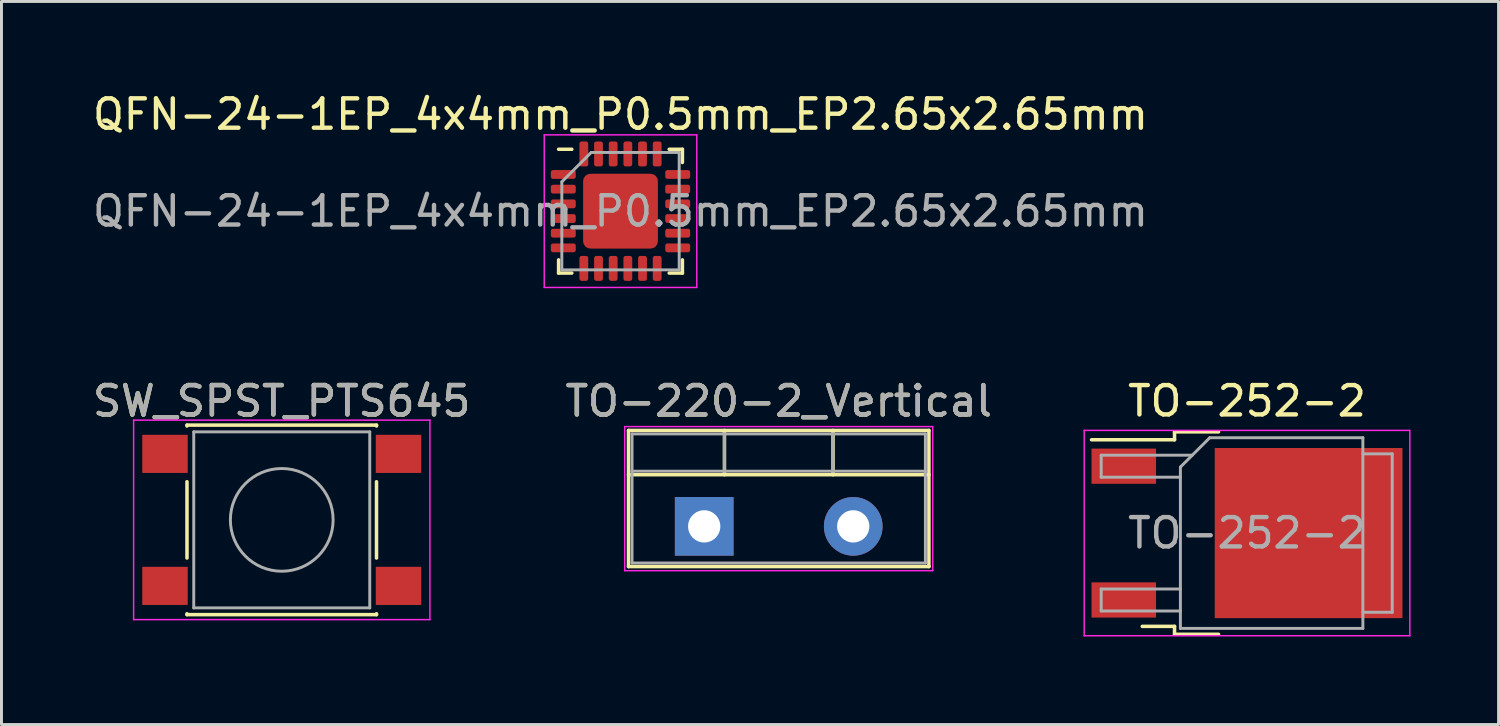
<source format=kicad_pcb>
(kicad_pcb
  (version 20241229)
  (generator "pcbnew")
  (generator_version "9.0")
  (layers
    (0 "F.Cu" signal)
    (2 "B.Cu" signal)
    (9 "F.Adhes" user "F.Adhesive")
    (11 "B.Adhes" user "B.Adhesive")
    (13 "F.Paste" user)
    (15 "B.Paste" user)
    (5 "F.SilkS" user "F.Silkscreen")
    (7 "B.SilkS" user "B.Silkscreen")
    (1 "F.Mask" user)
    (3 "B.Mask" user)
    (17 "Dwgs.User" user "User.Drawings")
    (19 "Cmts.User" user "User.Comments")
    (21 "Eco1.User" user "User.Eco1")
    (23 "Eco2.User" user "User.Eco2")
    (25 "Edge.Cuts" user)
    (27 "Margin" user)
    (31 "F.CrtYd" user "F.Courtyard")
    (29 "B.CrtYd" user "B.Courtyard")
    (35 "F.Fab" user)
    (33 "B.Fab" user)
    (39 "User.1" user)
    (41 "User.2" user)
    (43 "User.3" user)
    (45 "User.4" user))
  (footprint "QFN-24-1EP_4x4mm_P0.5mm_EP2.65x2.65mm"
    (layer "F.Cu")
    (at 18.101 4.148)
    (property "Reference" "QFN-24-1EP_4x4mm_P0.5mm_EP2.65x2.65mm" (at 0 -3.3 0) (layer "F.SilkS") (effects (font (size 1 1) (thickness 0.15))))
    (attr smd)
    (fp_line (start -2.11 2.11) (end -2.11 1.66) (stroke (width 0.12) (type solid)) (layer "F.SilkS"))
    (fp_line (start -1.66 -2.11) (end -2.11 -2.11) (stroke (width 0.12) (type solid)) (layer "F.SilkS"))
    (fp_line (start -1.66 2.11) (end -2.11 2.11) (stroke (width 0.12) (type solid)) (layer "F.SilkS"))
    (fp_line (start 1.66 -2.11) (end 2.11 -2.11) (stroke (width 0.12) (type solid)) (layer "F.SilkS"))
    (fp_line (start 1.66 2.11) (end 2.11 2.11) (stroke (width 0.12) (type solid)) (layer "F.SilkS"))
    (fp_line (start 2.11 -2.11) (end 2.11 -1.66) (stroke (width 0.12) (type solid)) (layer "F.SilkS"))
    (fp_line (start 2.11 2.11) (end 2.11 1.66) (stroke (width 0.12) (type solid)) (layer "F.SilkS"))
    (fp_line (start -2.6 -2.6) (end -2.6 2.6) (stroke (width 0.05) (type solid)) (layer "F.CrtYd"))
    (fp_line (start -2.6 2.6) (end 2.6 2.6) (stroke (width 0.05) (type solid)) (layer "F.CrtYd"))
    (fp_line (start 2.6 -2.6) (end -2.6 -2.6) (stroke (width 0.05) (type solid)) (layer "F.CrtYd"))
    (fp_line (start 2.6 2.6) (end 2.6 -2.6) (stroke (width 0.05) (type solid)) (layer "F.CrtYd"))
    (fp_line (start -2 -1) (end -1 -2) (stroke (width 0.1) (type solid)) (layer "F.Fab"))
    (fp_line (start -2 2) (end -2 -1) (stroke (width 0.1) (type solid)) (layer "F.Fab"))
    (fp_line (start -1 -2) (end 2 -2) (stroke (width 0.1) (type solid)) (layer "F.Fab"))
    (fp_line (start 2 -2) (end 2 2) (stroke (width 0.1) (type solid)) (layer "F.Fab"))
    (fp_line (start 2 2) (end -2 2) (stroke (width 0.1) (type solid)) (layer "F.Fab"))
    (fp_text user "${REFERENCE}" (at 0 0 0) (layer "F.Fab") (effects (font (size 1 1) (thickness 0.15))))
    (pad "" smd roundrect (at -0.66 -0.66) (size 1.07 1.07) (layers "F.Paste") (roundrect_rratio 0.234))
    (pad "" smd roundrect (at -0.66 0.66) (size 1.07 1.07) (layers "F.Paste") (roundrect_rratio 0.234))
    (pad "" smd roundrect (at 0.66 -0.66) (size 1.07 1.07) (layers "F.Paste") (roundrect_rratio 0.234))
    (pad "" smd roundrect (at 0.66 0.66) (size 1.07 1.07) (layers "F.Paste") (roundrect_rratio 0.234))
    (pad "1" smd roundrect (at -1.95 -1.25) (size 0.85 0.3) (layers "F.Cu" "F.Mask" "F.Paste") (roundrect_rratio 0.25))
    (pad "2" smd roundrect (at -1.95 -0.75) (size 0.85 0.3) (layers "F.Cu" "F.Mask" "F.Paste") (roundrect_rratio 0.25))
    (pad "3" smd roundrect (at -1.95 -0.25) (size 0.85 0.3) (layers "F.Cu" "F.Mask" "F.Paste") (roundrect_rratio 0.25))
    (pad "4" smd roundrect (at -1.95 0.25) (size 0.85 0.3) (layers "F.Cu" "F.Mask" "F.Paste") (roundrect_rratio 0.25))
    (pad "5" smd roundrect (at -1.95 0.75) (size 0.85 0.3) (layers "F.Cu" "F.Mask" "F.Paste") (roundrect_rratio 0.25))
    (pad "6" smd roundrect (at -1.95 1.25) (size 0.85 0.3) (layers "F.Cu" "F.Mask" "F.Paste") (roundrect_rratio 0.25))
    (pad "7" smd roundrect (at -1.25 1.95) (size 0.3 0.85) (layers "F.Cu" "F.Mask" "F.Paste") (roundrect_rratio 0.25))
    (pad "8" smd roundrect (at -0.75 1.95) (size 0.3 0.85) (layers "F.Cu" "F.Mask" "F.Paste") (roundrect_rratio 0.25))
    (pad "9" smd roundrect (at -0.25 1.95) (size 0.3 0.85) (layers "F.Cu" "F.Mask" "F.Paste") (roundrect_rratio 0.25))
    (pad "10" smd roundrect (at 0.25 1.95) (size 0.3 0.85) (layers "F.Cu" "F.Mask" "F.Paste") (roundrect_rratio 0.25))
    (pad "11" smd roundrect (at 0.75 1.95) (size 0.3 0.85) (layers "F.Cu" "F.Mask" "F.Paste") (roundrect_rratio 0.25))
    (pad "12" smd roundrect (at 1.25 1.95) (size 0.3 0.85) (layers "F.Cu" "F.Mask" "F.Paste") (roundrect_rratio 0.25))
    (pad "13" smd roundrect (at 1.95 1.25) (size 0.85 0.3) (layers "F.Cu" "F.Mask" "F.Paste") (roundrect_rratio 0.25))
    (pad "14" smd roundrect (at 1.95 0.75) (size 0.85 0.3) (layers "F.Cu" "F.Mask" "F.Paste") (roundrect_rratio 0.25))
    (pad "15" smd roundrect (at 1.95 0.25) (size 0.85 0.3) (layers "F.Cu" "F.Mask" "F.Paste") (roundrect_rratio 0.25))
    (pad "16" smd roundrect (at 1.95 -0.25) (size 0.85 0.3) (layers "F.Cu" "F.Mask" "F.Paste") (roundrect_rratio 0.25))
    (pad "17" smd roundrect (at 1.95 -0.75) (size 0.85 0.3) (layers "F.Cu" "F.Mask" "F.Paste") (roundrect_rratio 0.25))
    (pad "18" smd roundrect (at 1.95 -1.25) (size 0.85 0.3) (layers "F.Cu" "F.Mask" "F.Paste") (roundrect_rratio 0.25))
    (pad "19" smd roundrect (at 1.25 -1.95) (size 0.3 0.85) (layers "F.Cu" "F.Mask" "F.Paste") (roundrect_rratio 0.25))
    (pad "20" smd roundrect (at 0.75 -1.95) (size 0.3 0.85) (layers "F.Cu" "F.Mask" "F.Paste") (roundrect_rratio 0.25))
    (pad "21" smd roundrect (at 0.25 -1.95) (size 0.3 0.85) (layers "F.Cu" "F.Mask" "F.Paste") (roundrect_rratio 0.25))
    (pad "22" smd roundrect (at -0.25 -1.95) (size 0.3 0.85) (layers "F.Cu" "F.Mask" "F.Paste") (roundrect_rratio 0.25))
    (pad "23" smd roundrect (at -0.75 -1.95) (size 0.3 0.85) (layers "F.Cu" "F.Mask" "F.Paste") (roundrect_rratio 0.25))
    (pad "24" smd roundrect (at -1.25 -1.95) (size 0.3 0.85) (layers "F.Cu" "F.Mask" "F.Paste") (roundrect_rratio 0.25))
    (pad "25" smd roundrect (at 0 0) (size 2.55 2.55) (layers "F.Cu" "F.Mask") (roundrect_rratio 0.098)))
  (footprint "TO-220-2_Vertical"
    (layer "F.Cu")
    (at 20.954 14.892)
    (property "Reference" "TO-220-2_Vertical" (at 2.54 -4.27 0) (layer "F.SilkS") (effects (font (size 1 1) (thickness 0.15))))
    (attr through_hole)
    (fp_line (start -2.58 -3.27) (end -2.58 1.371) (stroke (width 0.12) (type solid)) (layer "F.SilkS"))
    (fp_line (start -2.58 -3.27) (end 7.66 -3.27) (stroke (width 0.12) (type solid)) (layer "F.SilkS"))
    (fp_line (start -2.58 -1.76) (end 7.66 -1.76) (stroke (width 0.12) (type solid)) (layer "F.SilkS"))
    (fp_line (start -2.58 1.371) (end 7.66 1.371) (stroke (width 0.12) (type solid)) (layer "F.SilkS"))
    (fp_line (start 0.69 -3.27) (end 0.69 -1.76) (stroke (width 0.12) (type solid)) (layer "F.SilkS"))
    (fp_line (start 4.391 -3.27) (end 4.391 -1.76) (stroke (width 0.12) (type solid)) (layer "F.SilkS"))
    (fp_line (start 7.66 -3.27) (end 7.66 1.371) (stroke (width 0.12) (type solid)) (layer "F.SilkS"))
    (fp_line (start -2.71 -3.4) (end -2.71 1.51) (stroke (width 0.05) (type solid)) (layer "F.CrtYd"))
    (fp_line (start -2.71 1.51) (end 7.79 1.51) (stroke (width 0.05) (type solid)) (layer "F.CrtYd"))
    (fp_line (start 7.79 -3.4) (end -2.71 -3.4) (stroke (width 0.05) (type solid)) (layer "F.CrtYd"))
    (fp_line (start 7.79 1.51) (end 7.79 -3.4) (stroke (width 0.05) (type solid)) (layer "F.CrtYd"))
    (fp_line (start -2.46 -3.15) (end -2.46 1.25) (stroke (width 0.1) (type solid)) (layer "F.Fab"))
    (fp_line (start -2.46 -1.88) (end 7.54 -1.88) (stroke (width 0.1) (type solid)) (layer "F.Fab"))
    (fp_line (start -2.46 1.25) (end 7.54 1.25) (stroke (width 0.1) (type solid)) (layer "F.Fab"))
    (fp_line (start 0.69 -3.15) (end 0.69 -1.88) (stroke (width 0.1) (type solid)) (layer "F.Fab"))
    (fp_line (start 4.39 -3.15) (end 4.39 -1.88) (stroke (width 0.1) (type solid)) (layer "F.Fab"))
    (fp_line (start 7.54 -3.15) (end -2.46 -3.15) (stroke (width 0.1) (type solid)) (layer "F.Fab"))
    (fp_line (start 7.54 1.25) (end 7.54 -3.15) (stroke (width 0.1) (type solid)) (layer "F.Fab"))
    (fp_text user "${REFERENCE}" (at 2.54 -4.27 0) (layer "F.Fab") (effects (font (size 1 1) (thickness 0.15))))
    (pad "1" thru_hole rect (at 0 0) (size 2 2) (drill 1.1) (layers "*.Cu" "*.Mask"))
    (pad "2" thru_hole oval (at 5.08 0) (size 2 2) (drill 1.1) (layers "*.Cu" "*.Mask")))
  (footprint "TO-252-2"
    (layer "F.Cu")
    (at 39.456 15.121)
    (property "Reference" "TO-252-2" (at 0 -4.5 0) (layer "F.SilkS") (effects (font (size 1 1) (thickness 0.15))))
    (attr smd)
    (fp_line (start -2.47 -3.45) (end -2.47 -3.18) (stroke (width 0.12) (type solid)) (layer "F.SilkS"))
    (fp_line (start -2.47 -3.18) (end -5.3 -3.18) (stroke (width 0.12) (type solid)) (layer "F.SilkS"))
    (fp_line (start -2.47 3.18) (end -3.57 3.18) (stroke (width 0.12) (type solid)) (layer "F.SilkS"))
    (fp_line (start -2.47 3.45) (end -2.47 3.18) (stroke (width 0.12) (type solid)) (layer "F.SilkS"))
    (fp_line (start -0.97 -3.45) (end -2.47 -3.45) (stroke (width 0.12) (type solid)) (layer "F.SilkS"))
    (fp_line (start -0.97 3.45) (end -2.47 3.45) (stroke (width 0.12) (type solid)) (layer "F.SilkS"))
    (fp_line (start -5.55 -3.5) (end -5.55 3.5) (stroke (width 0.05) (type solid)) (layer "F.CrtYd"))
    (fp_line (start -5.55 3.5) (end 5.55 3.5) (stroke (width 0.05) (type solid)) (layer "F.CrtYd"))
    (fp_line (start 5.55 -3.5) (end -5.55 -3.5) (stroke (width 0.05) (type solid)) (layer "F.CrtYd"))
    (fp_line (start 5.55 3.5) (end 5.55 -3.5) (stroke (width 0.05) (type solid)) (layer "F.CrtYd"))
    (fp_line (start -4.97 -2.655) (end -4.97 -1.905) (stroke (width 0.1) (type solid)) (layer "F.Fab"))
    (fp_line (start -4.97 -1.905) (end -2.27 -1.905) (stroke (width 0.1) (type solid)) (layer "F.Fab"))
    (fp_line (start -4.97 1.905) (end -4.97 2.655) (stroke (width 0.1) (type solid)) (layer "F.Fab"))
    (fp_line (start -4.97 2.655) (end -2.27 2.655) (stroke (width 0.1) (type solid)) (layer "F.Fab"))
    (fp_line (start -2.27 -2.25) (end -1.27 -3.25) (stroke (width 0.1) (type solid)) (layer "F.Fab"))
    (fp_line (start -2.27 1.905) (end -4.97 1.905) (stroke (width 0.1) (type solid)) (layer "F.Fab"))
    (fp_line (start -2.27 3.25) (end -2.27 -2.25) (stroke (width 0.1) (type solid)) (layer "F.Fab"))
    (fp_line (start -1.865 -2.655) (end -4.97 -2.655) (stroke (width 0.1) (type solid)) (layer "F.Fab"))
    (fp_line (start -1.27 -3.25) (end 3.95 -3.25) (stroke (width 0.1) (type solid)) (layer "F.Fab"))
    (fp_line (start 3.95 -3.25) (end 3.95 3.25) (stroke (width 0.1) (type solid)) (layer "F.Fab"))
    (fp_line (start 3.95 -2.7) (end 4.95 -2.7) (stroke (width 0.1) (type solid)) (layer "F.Fab"))
    (fp_line (start 3.95 3.25) (end -2.27 3.25) (stroke (width 0.1) (type solid)) (layer "F.Fab"))
    (fp_line (start 4.95 -2.7) (end 4.95 2.7) (stroke (width 0.1) (type solid)) (layer "F.Fab"))
    (fp_line (start 4.95 2.7) (end 3.95 2.7) (stroke (width 0.1) (type solid)) (layer "F.Fab"))
    (fp_text user "${REFERENCE}" (at 0 0 0) (layer "F.Fab") (effects (font (size 1 1) (thickness 0.15))))
    (pad "" smd rect (at 0.425 -1.525) (size 3.05 2.75) (layers "F.Paste"))
    (pad "" smd rect (at 0.425 1.525) (size 3.05 2.75) (layers "F.Paste"))
    (pad "" smd rect (at 3.775 -1.525) (size 3.05 2.75) (layers "F.Paste"))
    (pad "" smd rect (at 3.775 1.525) (size 3.05 2.75) (layers "F.Paste"))
    (pad "1" smd rect (at -4.2 -2.28) (size 2.2 1.2) (layers "F.Cu" "F.Mask" "F.Paste"))
    (pad "2" smd rect (at 2.1 0) (size 6.4 5.8) (layers "F.Cu" "F.Mask"))
    (pad "3" smd rect (at -4.2 2.28) (size 2.2 1.2) (layers "F.Cu" "F.Mask" "F.Paste")))
  (footprint "SW_SPST_PTS645"
    (layer "F.Cu")
    (at 6.554 14.671)
    (property "Reference" "SW_SPST_PTS645" (at 0 -4.05 0) (layer "F.SilkS") (effects (font (size 1 1) (thickness 0.15))))
    (attr smd)
    (fp_line (start -3.23 -3.23) (end 3.23 -3.23) (stroke (width 0.12) (type solid)) (layer "F.SilkS"))
    (fp_line (start -3.23 -3.2) (end -3.23 -3.23) (stroke (width 0.12) (type solid)) (layer "F.SilkS"))
    (fp_line (start -3.23 -1.3) (end -3.23 1.3) (stroke (width 0.12) (type solid)) (layer "F.SilkS"))
    (fp_line (start -3.23 3.23) (end -3.23 3.2) (stroke (width 0.12) (type solid)) (layer "F.SilkS"))
    (fp_line (start -3.23 3.23) (end 3.23 3.23) (stroke (width 0.12) (type solid)) (layer "F.SilkS"))
    (fp_line (start 3.23 -3.23) (end 3.23 -3.2) (stroke (width 0.12) (type solid)) (layer "F.SilkS"))
    (fp_line (start 3.23 -1.3) (end 3.23 1.3) (stroke (width 0.12) (type solid)) (layer "F.SilkS"))
    (fp_line (start 3.23 3.23) (end 3.23 3.2) (stroke (width 0.12) (type solid)) (layer "F.SilkS"))
    (fp_line (start -5.05 -3.4) (end -5.05 3.4) (stroke (width 0.05) (type solid)) (layer "F.CrtYd"))
    (fp_line (start -5.05 -3.4) (end 5.05 -3.4) (stroke (width 0.05) (type solid)) (layer "F.CrtYd"))
    (fp_line (start -5.05 3.4) (end 5.05 3.4) (stroke (width 0.05) (type solid)) (layer "F.CrtYd"))
    (fp_line (start 5.05 3.4) (end 5.05 -3.4) (stroke (width 0.05) (type solid)) (layer "F.CrtYd"))
    (fp_line (start -3 -3) (end -3 3) (stroke (width 0.1) (type solid)) (layer "F.Fab"))
    (fp_line (start -3 3) (end 3 3) (stroke (width 0.1) (type solid)) (layer "F.Fab"))
    (fp_line (start 3 -3) (end -3 -3) (stroke (width 0.1) (type solid)) (layer "F.Fab"))
    (fp_line (start 3 3) (end 3 -3) (stroke (width 0.1) (type solid)) (layer "F.Fab"))
    (fp_circle (center 0 0) (end 1.75 -0.05) (stroke (width 0.1) (type solid)) (fill no) (layer "F.Fab"))
    (fp_text user "${REFERENCE}" (at 0 -4.05 0) (layer "F.Fab") (effects (font (size 1 1) (thickness 0.15))))
    (pad "1" smd rect (at -3.98 -2.25) (size 1.55 1.3) (layers "F.Cu" "F.Mask" "F.Paste"))
    (pad "2" smd rect (at 3.98 -2.25) (size 1.55 1.3) (layers "F.Cu" "F.Mask" "F.Paste"))
    (pad "3" smd rect (at -3.98 2.25) (size 1.55 1.3) (layers "F.Cu" "F.Mask" "F.Paste"))
    (pad "4" smd rect (at 3.98 2.25) (size 1.55 1.3) (layers "F.Cu" "F.Mask" "F.Paste")))
  (gr_rect
    (start -3 -3)
    (end 48.031 21.646)
    (stroke (width 0.1) (type default))
    (fill no)
    (layer "Edge.Cuts")))
</source>
